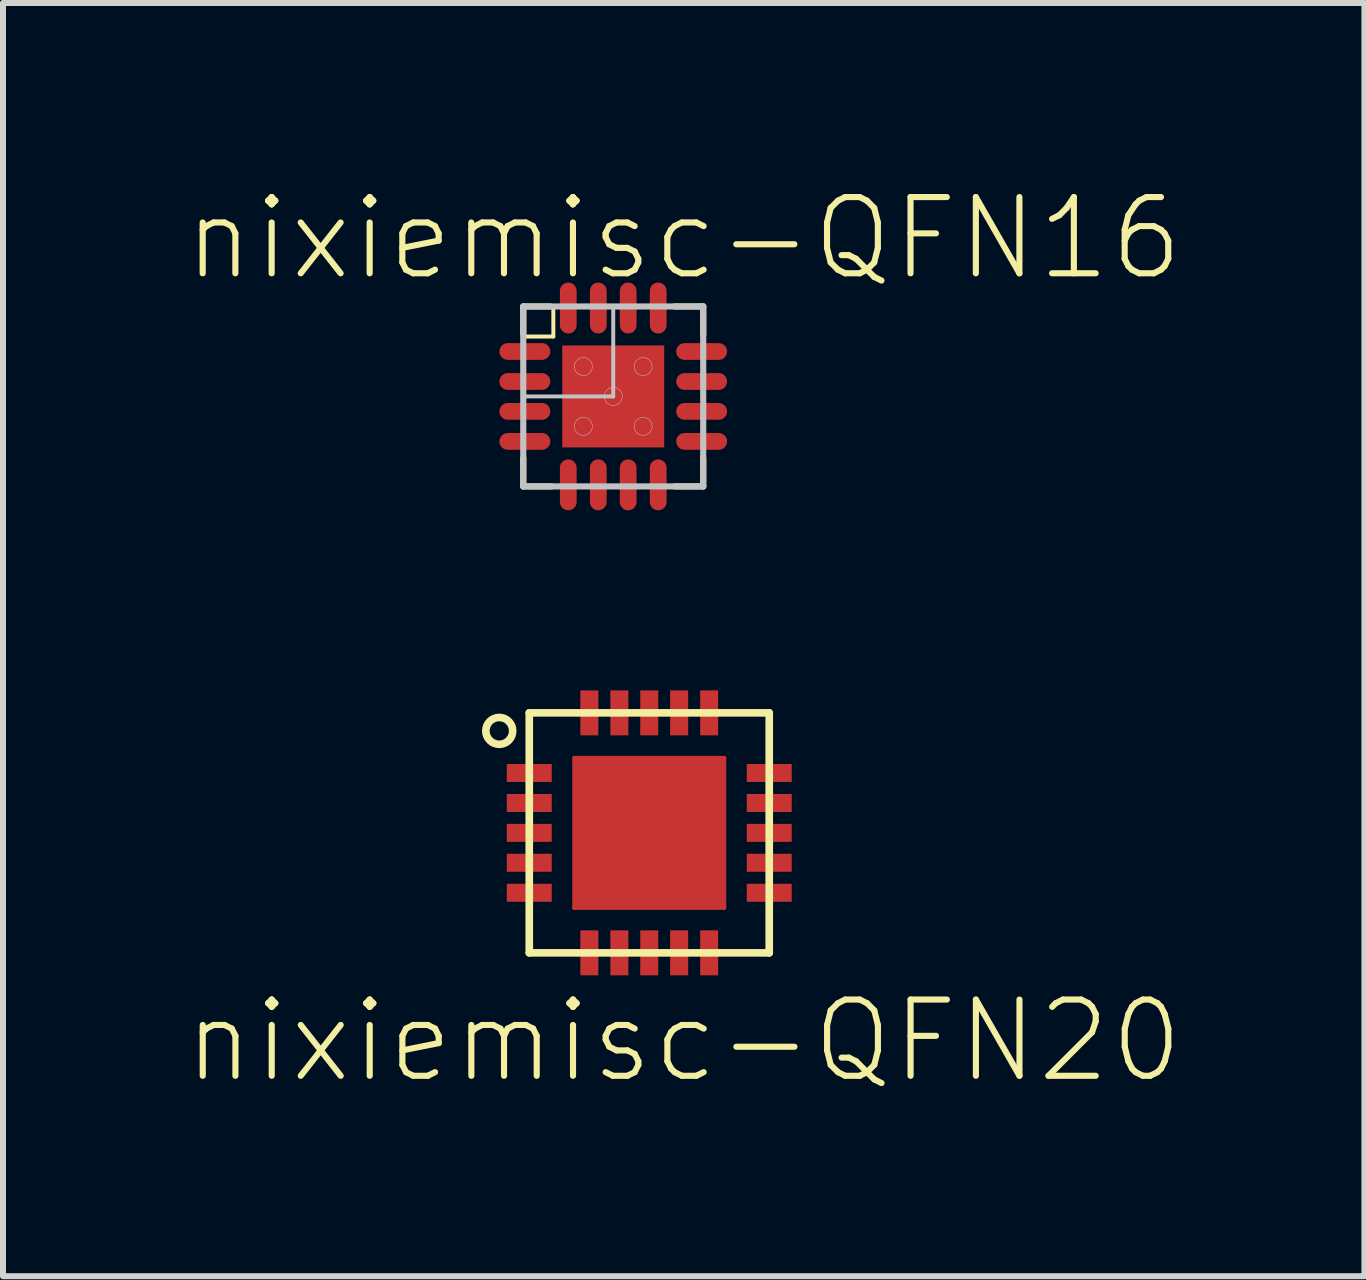
<source format=kicad_pcb>
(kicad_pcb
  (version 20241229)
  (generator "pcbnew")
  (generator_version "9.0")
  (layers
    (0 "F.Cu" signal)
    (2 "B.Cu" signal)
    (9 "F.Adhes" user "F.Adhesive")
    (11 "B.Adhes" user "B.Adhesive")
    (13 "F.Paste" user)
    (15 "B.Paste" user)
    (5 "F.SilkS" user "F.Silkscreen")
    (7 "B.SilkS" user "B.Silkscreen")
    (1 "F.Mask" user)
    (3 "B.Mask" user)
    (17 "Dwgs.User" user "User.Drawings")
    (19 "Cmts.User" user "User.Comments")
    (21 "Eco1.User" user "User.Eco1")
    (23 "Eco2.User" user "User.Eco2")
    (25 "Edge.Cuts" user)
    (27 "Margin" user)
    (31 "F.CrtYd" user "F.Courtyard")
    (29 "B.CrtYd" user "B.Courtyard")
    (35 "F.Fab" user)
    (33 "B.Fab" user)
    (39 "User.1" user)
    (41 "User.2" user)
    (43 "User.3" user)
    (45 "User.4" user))
  (footprint "nixiemisc-QFN16"
    (layer "F.Cu")
    (at 7.167 3.555)
    (property "Reference" "nixiemisc-QFN16" (at 1.173 -2.634 0) (layer "F.SilkS") (effects (font (size 1.27 1.27) (thickness 0.102))))
    (attr smd)
    (fp_line (start -0.874 -0.874) (end 0.874 -0.874) (stroke (width 0.066) (type solid)) (layer "F.Mask"))
    (fp_line (start -0.874 0.874) (end -0.874 -0.874) (stroke (width 0.066) (type solid)) (layer "F.Mask"))
    (fp_line (start -0.874 0.874) (end 0.874 0.874) (stroke (width 0.066) (type solid)) (layer "F.Mask"))
    (fp_line (start 0.874 0.874) (end 0.874 -0.874) (stroke (width 0.066) (type solid)) (layer "F.Mask"))
    (fp_line (start -1.499 -1.499) (end -1.049 -1.499) (stroke (width 0.102) (type solid)) (layer "F.SilkS"))
    (fp_line (start -1.499 -1.499) (end -0.998 -1.499) (stroke (width 0.066) (type solid)) (layer "F.SilkS"))
    (fp_line (start -1.499 -1.049) (end -1.499 -1.499) (stroke (width 0.102) (type solid)) (layer "F.SilkS"))
    (fp_line (start -1.499 -0.998) (end -1.499 -1.499) (stroke (width 0.066) (type solid)) (layer "F.SilkS"))
    (fp_line (start -1.499 -0.998) (end -0.998 -0.998) (stroke (width 0.066) (type solid)) (layer "F.SilkS"))
    (fp_line (start -1.499 1.499) (end -1.499 1.024) (stroke (width 0.102) (type solid)) (layer "F.SilkS"))
    (fp_line (start -1.024 1.499) (end -1.499 1.499) (stroke (width 0.102) (type solid)) (layer "F.SilkS"))
    (fp_line (start -0.998 -0.998) (end -0.998 -1.499) (stroke (width 0.066) (type solid)) (layer "F.SilkS"))
    (fp_line (start 1.024 -1.499) (end 1.499 -1.499) (stroke (width 0.102) (type solid)) (layer "F.SilkS"))
    (fp_line (start 1.499 -1.499) (end 1.499 -1.024) (stroke (width 0.102) (type solid)) (layer "F.SilkS"))
    (fp_line (start 1.499 1.024) (end 1.499 1.499) (stroke (width 0.102) (type solid)) (layer "F.SilkS"))
    (fp_line (start 1.499 1.499) (end 1.024 1.499) (stroke (width 0.102) (type solid)) (layer "F.SilkS"))
    (fp_line (start -0.798 -0.099) (end -0.798 -0.798) (stroke (width 0.066) (type solid)) (layer "F.Paste"))
    (fp_line (start -0.798 0.099) (end -0.798 0.798) (stroke (width 0.066) (type solid)) (layer "F.Paste"))
    (fp_line (start -0.099 -0.798) (end -0.798 -0.798) (stroke (width 0.066) (type solid)) (layer "F.Paste"))
    (fp_line (start -0.099 -0.099) (end -0.798 -0.099) (stroke (width 0.066) (type solid)) (layer "F.Paste"))
    (fp_line (start -0.099 -0.099) (end -0.099 -0.798) (stroke (width 0.066) (type solid)) (layer "F.Paste"))
    (fp_line (start -0.099 0.099) (end -0.798 0.099) (stroke (width 0.066) (type solid)) (layer "F.Paste"))
    (fp_line (start -0.099 0.099) (end -0.099 0.798) (stroke (width 0.066) (type solid)) (layer "F.Paste"))
    (fp_line (start -0.099 0.798) (end -0.798 0.798) (stroke (width 0.066) (type solid)) (layer "F.Paste"))
    (fp_line (start 0.099 -0.798) (end 0.798 -0.798) (stroke (width 0.066) (type solid)) (layer "F.Paste"))
    (fp_line (start 0.099 -0.099) (end 0.099 -0.798) (stroke (width 0.066) (type solid)) (layer "F.Paste"))
    (fp_line (start 0.099 -0.099) (end 0.798 -0.099) (stroke (width 0.066) (type solid)) (layer "F.Paste"))
    (fp_line (start 0.099 0.099) (end 0.099 0.798) (stroke (width 0.066) (type solid)) (layer "F.Paste"))
    (fp_line (start 0.099 0.099) (end 0.798 0.099) (stroke (width 0.066) (type solid)) (layer "F.Paste"))
    (fp_line (start 0.099 0.798) (end 0.798 0.798) (stroke (width 0.066) (type solid)) (layer "F.Paste"))
    (fp_line (start 0.798 -0.099) (end 0.798 -0.798) (stroke (width 0.066) (type solid)) (layer "F.Paste"))
    (fp_line (start 0.798 0.099) (end 0.798 0.798) (stroke (width 0.066) (type solid)) (layer "F.Paste"))
    (fp_line (start -1.499 -1.499) (end 0 -1.499) (stroke (width 0.066) (type solid)) (layer "Dwgs.User"))
    (fp_line (start -1.499 -1.499) (end 1.499 -1.499) (stroke (width 0.102) (type solid)) (layer "Dwgs.User"))
    (fp_line (start -1.499 0) (end -1.499 -1.499) (stroke (width 0.066) (type solid)) (layer "Dwgs.User"))
    (fp_line (start -1.499 0) (end 0 0) (stroke (width 0.066) (type solid)) (layer "Dwgs.User"))
    (fp_line (start -1.499 1.499) (end -1.499 -1.499) (stroke (width 0.102) (type solid)) (layer "Dwgs.User"))
    (fp_line (start 0 0) (end 0 -1.499) (stroke (width 0.066) (type solid)) (layer "Dwgs.User"))
    (fp_line (start 1.499 -1.499) (end 1.499 1.499) (stroke (width 0.102) (type solid)) (layer "Dwgs.User"))
    (fp_line (start 1.499 1.499) (end -1.499 1.499) (stroke (width 0.102) (type solid)) (layer "Dwgs.User"))
    (fp_circle (center -0.498 -0.498) (end -0.498 -0.648) (stroke (width 0.008) (type solid)) (fill no) (layer "Dwgs.User"))
    (fp_circle (center -0.498 0.498) (end -0.498 0.348) (stroke (width 0.008) (type solid)) (fill no) (layer "Dwgs.User"))
    (fp_circle (center 0 0) (end 0 -0.15) (stroke (width 0.008) (type solid)) (fill no) (layer "Dwgs.User"))
    (fp_circle (center 0.498 -0.498) (end 0.498 -0.648) (stroke (width 0.008) (type solid)) (fill no) (layer "Dwgs.User"))
    (fp_circle (center 0.498 0.498) (end 0.498 0.348) (stroke (width 0.008) (type solid)) (fill no) (layer "Dwgs.User"))
    (pad "1" smd oval (at -1.473 -0.749) (size 0.848 0.279) (layers "F.Cu" "F.Mask" "F.Paste"))
    (pad "2" smd oval (at -1.473 -0.249) (size 0.848 0.279) (layers "F.Cu" "F.Mask" "F.Paste"))
    (pad "3" smd oval (at -1.473 0.249) (size 0.848 0.279) (layers "F.Cu" "F.Mask" "F.Paste"))
    (pad "4" smd oval (at -1.473 0.749) (size 0.848 0.279) (layers "F.Cu" "F.Mask" "F.Paste"))
    (pad "5" smd oval (at -0.749 1.473 90) (size 0.848 0.279) (layers "F.Cu" "F.Mask" "F.Paste"))
    (pad "6" smd oval (at -0.249 1.473 90) (size 0.848 0.279) (layers "F.Cu" "F.Mask" "F.Paste"))
    (pad "7" smd oval (at 0.249 1.473 90) (size 0.848 0.279) (layers "F.Cu" "F.Mask" "F.Paste"))
    (pad "8" smd oval (at 0.749 1.473 90) (size 0.848 0.279) (layers "F.Cu" "F.Mask" "F.Paste"))
    (pad "9" smd oval (at 1.473 0.749 180) (size 0.848 0.279) (layers "F.Cu" "F.Mask" "F.Paste"))
    (pad "10" smd oval (at 1.473 0.249 180) (size 0.848 0.279) (layers "F.Cu" "F.Mask" "F.Paste"))
    (pad "11" smd oval (at 1.473 -0.249 180) (size 0.848 0.279) (layers "F.Cu" "F.Mask" "F.Paste"))
    (pad "12" smd oval (at 1.473 -0.749 180) (size 0.848 0.279) (layers "F.Cu" "F.Mask" "F.Paste"))
    (pad "13" smd oval (at 0.749 -1.473 270) (size 0.848 0.279) (layers "F.Cu" "F.Mask" "F.Paste"))
    (pad "14" smd oval (at 0.249 -1.473 270) (size 0.848 0.279) (layers "F.Cu" "F.Mask" "F.Paste"))
    (pad "15" smd oval (at -0.249 -1.473 270) (size 0.848 0.279) (layers "F.Cu" "F.Mask" "F.Paste"))
    (pad "16" smd oval (at -0.749 -1.473 270) (size 0.848 0.279) (layers "F.Cu" "F.Mask" "F.Paste"))
    (pad "TH" smd rect (at 0 0) (size 1.699 1.699) (layers "F.Cu" "F.Mask" "F.Paste")))
  (footprint "nixiemisc-QFN20"
    (layer "F.Cu")
    (at 7.767 10.826)
    (property "Reference" "nixiemisc-QFN20" (at 0.574 3.465 0) (layer "F.SilkS") (effects (font (size 1.27 1.27) (thickness 0.102))))
    (attr smd)
    (fp_line (start -1.25 -1.25) (end 1.25 -1.25) (stroke (width 0.066) (type solid)) (layer "F.Cu"))
    (fp_line (start -1.25 1.25) (end -1.25 -1.25) (stroke (width 0.066) (type solid)) (layer "F.Cu"))
    (fp_line (start -1.25 1.25) (end 1.25 1.25) (stroke (width 0.066) (type solid)) (layer "F.Cu"))
    (fp_line (start 1.25 1.25) (end 1.25 -1.25) (stroke (width 0.066) (type solid)) (layer "F.Cu"))
    (fp_line (start -1.298 -1.298) (end 1.298 -1.298) (stroke (width 0.066) (type solid)) (layer "F.Mask"))
    (fp_line (start -1.298 1.298) (end -1.298 -1.298) (stroke (width 0.066) (type solid)) (layer "F.Mask"))
    (fp_line (start -1.298 1.298) (end 1.298 1.298) (stroke (width 0.066) (type solid)) (layer "F.Mask"))
    (fp_line (start 1.298 1.298) (end 1.298 -1.298) (stroke (width 0.066) (type solid)) (layer "F.Mask"))
    (fp_line (start -1.999 -1.999) (end 1.999 -1.999) (stroke (width 0.127) (type solid)) (layer "F.SilkS"))
    (fp_line (start -1.999 1.999) (end -1.999 -1.999) (stroke (width 0.127) (type solid)) (layer "F.SilkS"))
    (fp_line (start 1.999 -1.999) (end 1.999 1.999) (stroke (width 0.127) (type solid)) (layer "F.SilkS"))
    (fp_line (start 1.999 1.999) (end -1.999 1.999) (stroke (width 0.127) (type solid)) (layer "F.SilkS"))
    (fp_circle (center -2.499 -1.699) (end -2.499 -1.923) (stroke (width 0.127) (type solid)) (fill no) (layer "F.SilkS"))
    (fp_line (start -1.199 -1.199) (end -0.399 -1.199) (stroke (width 0.066) (type solid)) (layer "F.Paste"))
    (fp_line (start -1.199 -0.399) (end -1.199 -1.199) (stroke (width 0.066) (type solid)) (layer "F.Paste"))
    (fp_line (start -1.199 -0.399) (end -0.399 -0.399) (stroke (width 0.066) (type solid)) (layer "F.Paste"))
    (fp_line (start -1.199 0.399) (end -0.399 0.399) (stroke (width 0.066) (type solid)) (layer "F.Paste"))
    (fp_line (start -1.199 1.199) (end -1.199 0.399) (stroke (width 0.066) (type solid)) (layer "F.Paste"))
    (fp_line (start -1.199 1.199) (end -0.399 1.199) (stroke (width 0.066) (type solid)) (layer "F.Paste"))
    (fp_line (start -0.399 -0.399) (end -0.399 -1.199) (stroke (width 0.066) (type solid)) (layer "F.Paste"))
    (fp_line (start -0.399 1.199) (end -0.399 0.399) (stroke (width 0.066) (type solid)) (layer "F.Paste"))
    (fp_line (start 0.399 -1.199) (end 1.199 -1.199) (stroke (width 0.066) (type solid)) (layer "F.Paste"))
    (fp_line (start 0.399 -0.399) (end 0.399 -1.199) (stroke (width 0.066) (type solid)) (layer "F.Paste"))
    (fp_line (start 0.399 -0.399) (end 1.199 -0.399) (stroke (width 0.066) (type solid)) (layer "F.Paste"))
    (fp_line (start 0.399 0.399) (end 1.199 0.399) (stroke (width 0.066) (type solid)) (layer "F.Paste"))
    (fp_line (start 0.399 1.199) (end 0.399 0.399) (stroke (width 0.066) (type solid)) (layer "F.Paste"))
    (fp_line (start 0.399 1.199) (end 1.199 1.199) (stroke (width 0.066) (type solid)) (layer "F.Paste"))
    (fp_line (start 1.199 -0.399) (end 1.199 -1.199) (stroke (width 0.066) (type solid)) (layer "F.Paste"))
    (fp_line (start 1.199 1.199) (end 1.199 0.399) (stroke (width 0.066) (type solid)) (layer "F.Paste"))
    (pad "1" smd rect (at -1.999 -0.998) (size 0.749 0.3) (layers "F.Cu" "F.Mask" "F.Paste"))
    (pad "2" smd rect (at -1.999 -0.498) (size 0.749 0.3) (layers "F.Cu" "F.Mask" "F.Paste"))
    (pad "3" smd rect (at -1.999 0) (size 0.749 0.3) (layers "F.Cu" "F.Mask" "F.Paste"))
    (pad "4" smd rect (at -1.999 0.498) (size 0.749 0.3) (layers "F.Cu" "F.Mask" "F.Paste"))
    (pad "5" smd rect (at -1.999 0.998) (size 0.749 0.3) (layers "F.Cu" "F.Mask" "F.Paste"))
    (pad "6" smd rect (at -0.998 1.999 90) (size 0.749 0.3) (layers "F.Cu" "F.Mask" "F.Paste"))
    (pad "7" smd rect (at -0.498 1.999 90) (size 0.749 0.3) (layers "F.Cu" "F.Mask" "F.Paste"))
    (pad "8" smd rect (at 0 1.999 90) (size 0.749 0.3) (layers "F.Cu" "F.Mask" "F.Paste"))
    (pad "9" smd rect (at 0.498 1.999 90) (size 0.749 0.3) (layers "F.Cu" "F.Mask" "F.Paste"))
    (pad "10" smd rect (at 0.998 1.999 90) (size 0.749 0.3) (layers "F.Cu" "F.Mask" "F.Paste"))
    (pad "11" smd rect (at 1.999 0.998 180) (size 0.749 0.3) (layers "F.Cu" "F.Mask" "F.Paste"))
    (pad "12" smd rect (at 1.999 0.498 180) (size 0.749 0.3) (layers "F.Cu" "F.Mask" "F.Paste"))
    (pad "13" smd rect (at 1.999 0 180) (size 0.749 0.3) (layers "F.Cu" "F.Mask" "F.Paste"))
    (pad "14" smd rect (at 1.999 -0.498 180) (size 0.749 0.3) (layers "F.Cu" "F.Mask" "F.Paste"))
    (pad "15" smd rect (at 1.999 -0.998 180) (size 0.749 0.3) (layers "F.Cu" "F.Mask" "F.Paste"))
    (pad "16" smd rect (at 0.998 -1.999 270) (size 0.749 0.3) (layers "F.Cu" "F.Mask" "F.Paste"))
    (pad "17" smd rect (at 0.498 -1.999 270) (size 0.749 0.3) (layers "F.Cu" "F.Mask" "F.Paste"))
    (pad "18" smd rect (at 0 -1.999 270) (size 0.749 0.3) (layers "F.Cu" "F.Mask" "F.Paste"))
    (pad "19" smd rect (at -0.498 -1.999 270) (size 0.749 0.3) (layers "F.Cu" "F.Mask" "F.Paste"))
    (pad "20" smd rect (at -0.998 -1.999 270) (size 0.749 0.3) (layers "F.Cu" "F.Mask" "F.Paste"))
    (pad "EXP" smd rect (at 0 0) (size 2.499 2.499) (layers "F.Cu" "F.Mask" "F.Paste")))
  (gr_rect
    (start -3 -3)
    (end 19.682 18.212)
    (stroke (width 0.1) (type default))
    (fill no)
    (layer "Edge.Cuts")))
</source>
